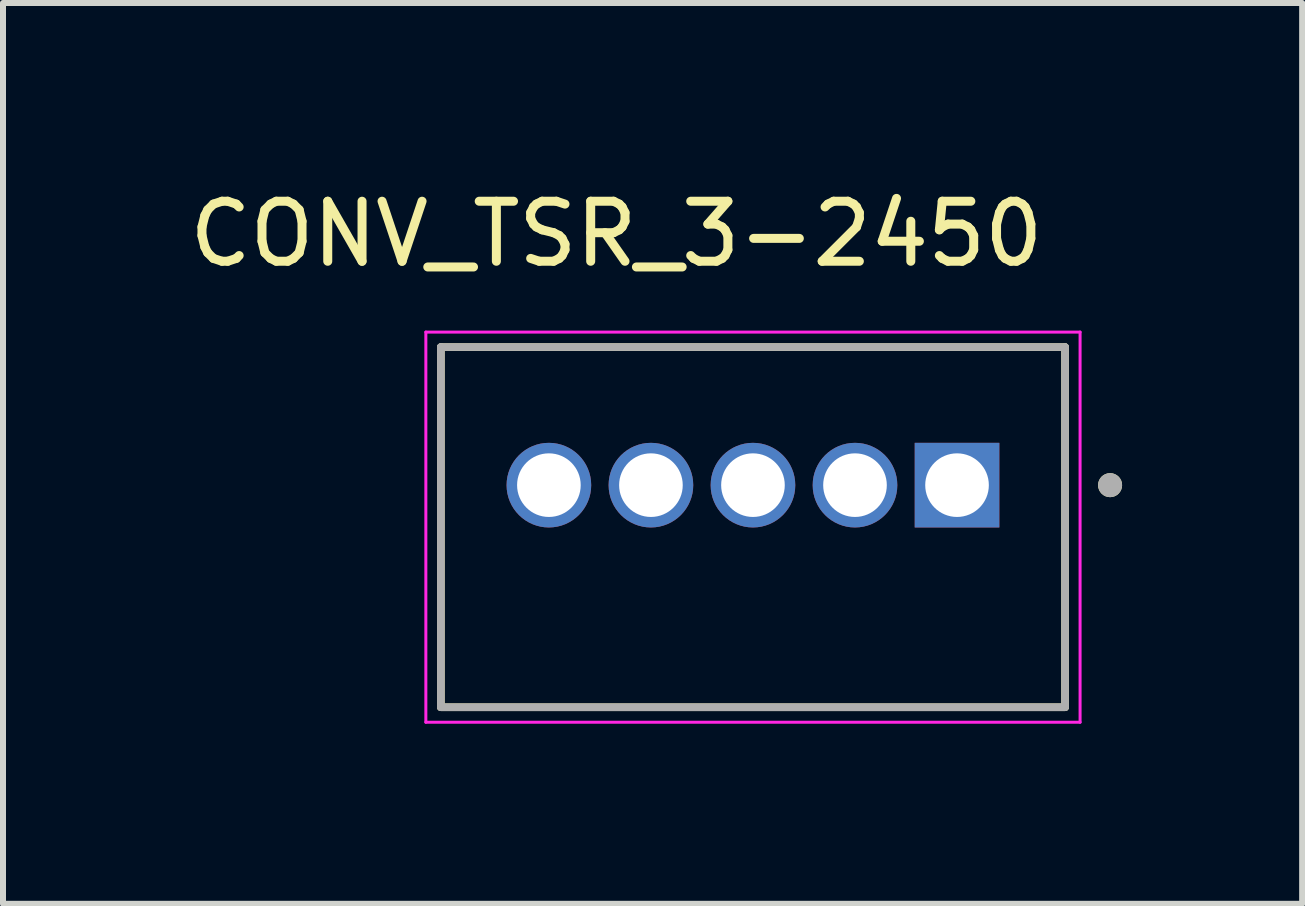
<source format=kicad_pcb>
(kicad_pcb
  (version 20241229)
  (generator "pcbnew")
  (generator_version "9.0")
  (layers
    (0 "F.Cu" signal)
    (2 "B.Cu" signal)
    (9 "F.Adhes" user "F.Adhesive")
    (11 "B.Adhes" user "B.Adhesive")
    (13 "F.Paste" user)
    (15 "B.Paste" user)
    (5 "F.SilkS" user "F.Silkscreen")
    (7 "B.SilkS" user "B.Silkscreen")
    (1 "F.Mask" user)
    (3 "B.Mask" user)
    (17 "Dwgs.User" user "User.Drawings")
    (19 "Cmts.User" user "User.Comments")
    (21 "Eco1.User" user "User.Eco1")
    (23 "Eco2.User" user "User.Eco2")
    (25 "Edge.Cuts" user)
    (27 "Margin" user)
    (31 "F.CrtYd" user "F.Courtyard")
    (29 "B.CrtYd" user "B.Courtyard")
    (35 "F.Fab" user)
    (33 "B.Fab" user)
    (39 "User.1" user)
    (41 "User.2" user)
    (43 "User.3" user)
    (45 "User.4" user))
  (footprint "CONV_TSR_3-2450"
    (layer "F.Cu")
    (at 9.495 5.033)
    (property "Reference" "CONV_TSR_3-2450" (at -2.275 -4.185 0) (layer "F.SilkS") (effects (font (size 1 1) (thickness 0.15))))
    (attr through_hole)
    (fp_line (start -5.2 -2.3) (end 5.2 -2.3) (stroke (width 0.127) (type solid)) (layer "F.SilkS"))
    (fp_line (start -5.2 3.7) (end -5.2 -2.3) (stroke (width 0.127) (type solid)) (layer "F.SilkS"))
    (fp_line (start 5.2 -2.3) (end 5.2 3.7) (stroke (width 0.127) (type solid)) (layer "F.SilkS"))
    (fp_line (start 5.2 3.7) (end -5.2 3.7) (stroke (width 0.127) (type solid)) (layer "F.SilkS"))
    (fp_circle (center 5.95 0) (end 6.05 0) (stroke (width 0.2) (type solid)) (fill no) (layer "F.SilkS"))
    (fp_line (start -5.45 -2.55) (end -5.45 3.95) (stroke (width 0.05) (type solid)) (layer "F.CrtYd"))
    (fp_line (start -5.45 3.95) (end 5.45 3.95) (stroke (width 0.05) (type solid)) (layer "F.CrtYd"))
    (fp_line (start 5.45 -2.55) (end -5.45 -2.55) (stroke (width 0.05) (type solid)) (layer "F.CrtYd"))
    (fp_line (start 5.45 3.95) (end 5.45 -2.55) (stroke (width 0.05) (type solid)) (layer "F.CrtYd"))
    (fp_line (start -5.2 -2.3) (end 5.2 -2.3) (stroke (width 0.127) (type solid)) (layer "F.Fab"))
    (fp_line (start -5.2 3.7) (end -5.2 -2.3) (stroke (width 0.127) (type solid)) (layer "F.Fab"))
    (fp_line (start 5.2 -2.3) (end 5.2 3.7) (stroke (width 0.127) (type solid)) (layer "F.Fab"))
    (fp_line (start 5.2 3.7) (end -5.2 3.7) (stroke (width 0.127) (type solid)) (layer "F.Fab"))
    (fp_circle (center 5.95 0) (end 6.05 0) (stroke (width 0.2) (type solid)) (fill no) (layer "F.Fab"))
    (pad "1" thru_hole rect (at 3.4 0) (size 1.41 1.41) (drill 1.06) (layers "*.Cu" "*.Mask"))
    (pad "2" thru_hole circle (at 1.7 0) (size 1.41 1.41) (drill 1.06) (layers "*.Cu" "*.Mask"))
    (pad "3" thru_hole circle (at 0 0) (size 1.41 1.41) (drill 1.06) (layers "*.Cu" "*.Mask"))
    (pad "4" thru_hole circle (at -1.7 0) (size 1.41 1.41) (drill 1.06) (layers "*.Cu" "*.Mask"))
    (pad "5" thru_hole circle (at -3.4 0) (size 1.41 1.41) (drill 1.06) (layers "*.Cu" "*.Mask")))
  (gr_rect
    (start -3 -3)
    (end 18.645 12.008)
    (stroke (width 0.1) (type default))
    (fill no)
    (layer "Edge.Cuts")))
</source>
